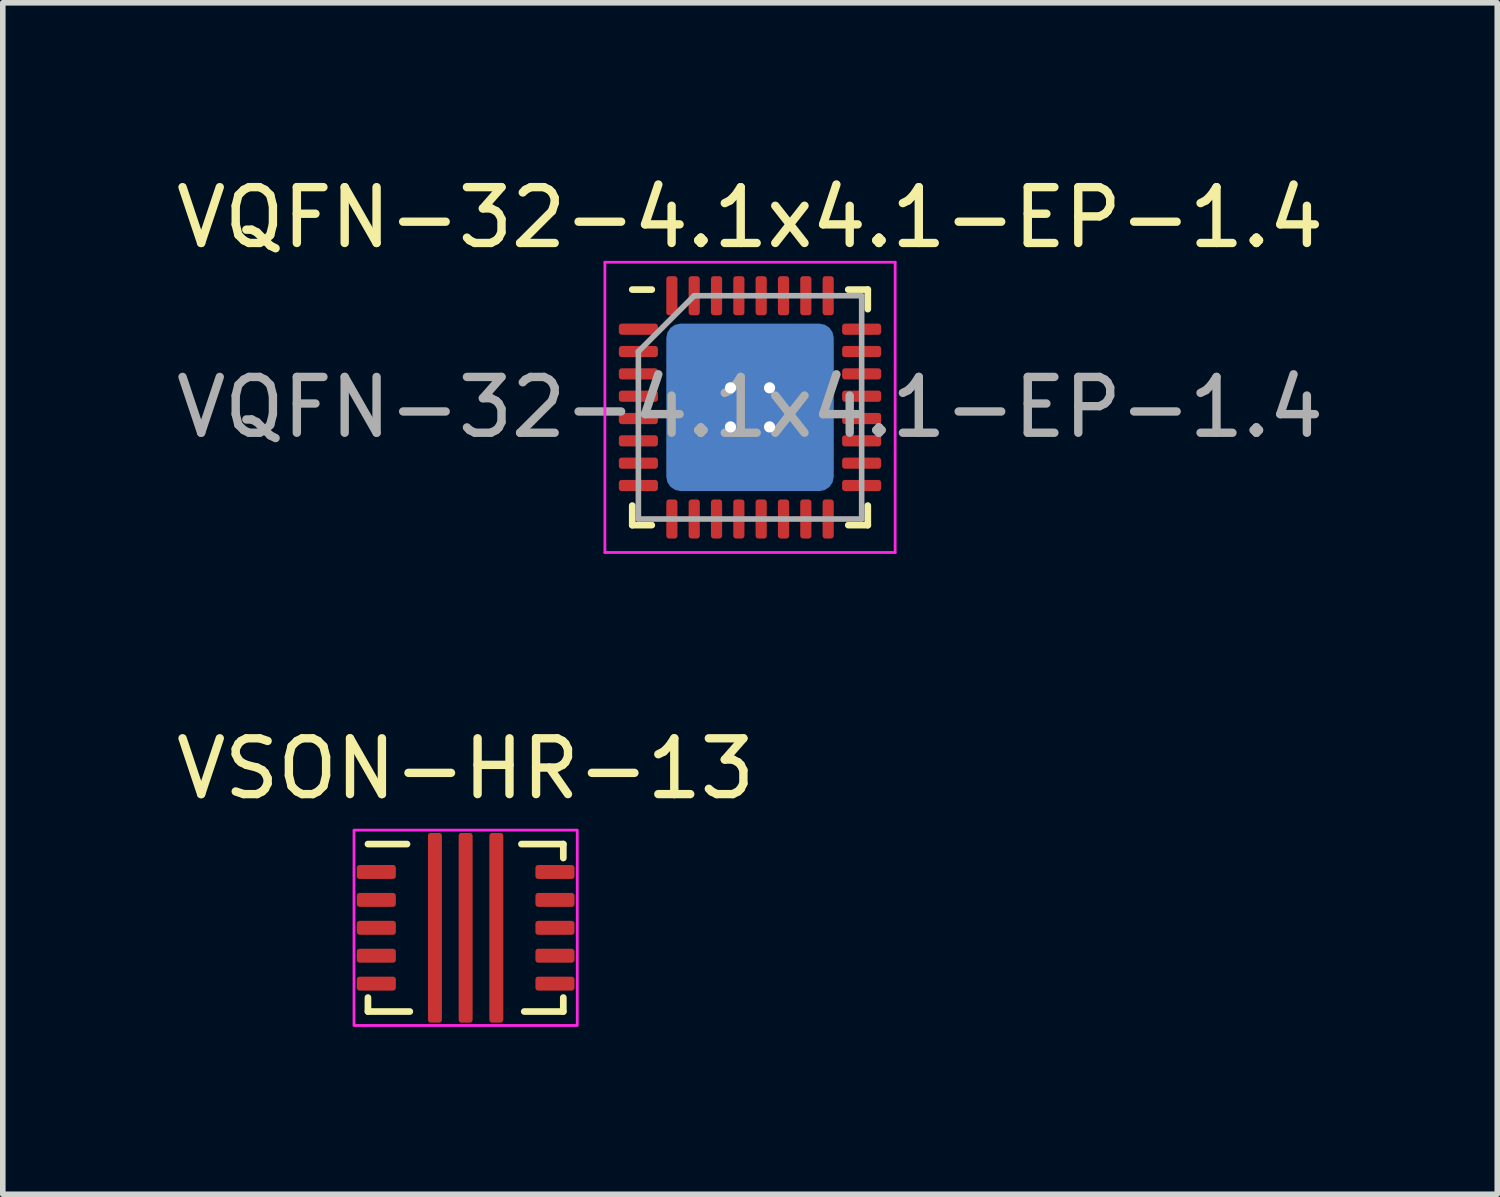
<source format=kicad_pcb>
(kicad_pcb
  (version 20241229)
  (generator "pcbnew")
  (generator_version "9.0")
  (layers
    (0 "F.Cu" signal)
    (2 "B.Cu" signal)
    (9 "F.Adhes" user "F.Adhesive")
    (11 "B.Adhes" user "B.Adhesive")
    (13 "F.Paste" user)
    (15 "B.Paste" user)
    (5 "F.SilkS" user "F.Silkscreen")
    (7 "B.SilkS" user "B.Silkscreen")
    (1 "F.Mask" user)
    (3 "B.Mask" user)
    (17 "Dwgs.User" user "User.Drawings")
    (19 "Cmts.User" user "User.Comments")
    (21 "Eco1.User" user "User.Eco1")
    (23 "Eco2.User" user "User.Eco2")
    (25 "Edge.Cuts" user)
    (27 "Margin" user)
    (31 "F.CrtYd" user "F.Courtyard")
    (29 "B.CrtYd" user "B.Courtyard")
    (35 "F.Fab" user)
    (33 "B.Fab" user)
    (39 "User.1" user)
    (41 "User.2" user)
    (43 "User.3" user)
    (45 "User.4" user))
  (footprint "VSON-HR-13"
    (layer "F.Cu")
    (at 5.292 13.572)
    (property "Reference" "VSON-HR-13" (at 0 -2.85 0) (unlocked yes) (layer "F.SilkS") (effects (font (size 1 1) (thickness 0.15))))
    (attr smd)
    (fp_line (start -1.75 1.5) (end -1.75 1.25) (stroke (width 0.12) (type solid)) (layer "F.SilkS"))
    (fp_line (start -1.75 1.5) (end -1 1.5) (stroke (width 0.12) (type solid)) (layer "F.SilkS"))
    (fp_line (start -1.05 -1.5) (end -1.75 -1.5) (stroke (width 0.12) (type solid)) (layer "F.SilkS"))
    (fp_line (start 1.05 1.5) (end 1.75 1.5) (stroke (width 0.12) (type solid)) (layer "F.SilkS"))
    (fp_line (start 1.75 -1.5) (end 1 -1.5) (stroke (width 0.12) (type solid)) (layer "F.SilkS"))
    (fp_line (start 1.75 -1.5) (end 1.75 -1.25) (stroke (width 0.12) (type solid)) (layer "F.SilkS"))
    (fp_line (start 1.75 1.5) (end 1.75 1.25) (stroke (width 0.12) (type solid)) (layer "F.SilkS"))
    (fp_rect (start -0.675 -1.7) (end -0.425 -0.7) (stroke (width 0) (type solid)) (fill yes) (layer "F.Paste"))
    (fp_rect (start -0.675 -0.5) (end -0.425 0.5) (stroke (width 0) (type solid)) (fill yes) (layer "F.Paste"))
    (fp_rect (start -0.429 1.7) (end -0.679 0.7) (stroke (width 0) (type solid)) (fill yes) (layer "F.Paste"))
    (fp_rect (start -0.125 -1.7) (end 0.125 -0.7) (stroke (width 0) (type solid)) (fill yes) (layer "F.Paste"))
    (fp_rect (start -0.125 -0.5) (end 0.125 0.5) (stroke (width 0) (type solid)) (fill yes) (layer "F.Paste"))
    (fp_rect (start 0.121 1.7) (end -0.129 0.7) (stroke (width 0) (type solid)) (fill yes) (layer "F.Paste"))
    (fp_rect (start 0.429 -1.7) (end 0.679 -0.7) (stroke (width 0) (type solid)) (fill yes) (layer "F.Paste"))
    (fp_rect (start 0.675 0.5) (end 0.425 -0.5) (stroke (width 0) (type solid)) (fill yes) (layer "F.Paste"))
    (fp_rect (start 0.675 1.7) (end 0.425 0.7) (stroke (width 0) (type solid)) (fill yes) (layer "F.Paste"))
    (fp_rect (start -2 -1.75) (end 2 1.75) (stroke (width 0.05) (type solid)) (fill no) (layer "F.CrtYd"))
    (pad "1" smd roundrect (at -1.6 -1) (size 0.7 0.25) (layers "F.Cu" "F.Mask" "F.Paste") (roundrect_rratio 0.2))
    (pad "2" smd roundrect (at -1.6 -0.5) (size 0.7 0.25) (layers "F.Cu" "F.Mask" "F.Paste") (roundrect_rratio 0.2))
    (pad "3" smd roundrect (at -1.6 0) (size 0.7 0.25) (layers "F.Cu" "F.Mask" "F.Paste") (roundrect_rratio 0.2))
    (pad "4" smd roundrect (at -1.6 0.5) (size 0.7 0.25) (layers "F.Cu" "F.Mask" "F.Paste") (roundrect_rratio 0.2))
    (pad "5" smd roundrect (at -1.6 1) (size 0.7 0.25) (layers "F.Cu" "F.Mask" "F.Paste") (roundrect_rratio 0.2))
    (pad "6" smd roundrect (at -0.55 0) (size 0.25 3.4) (layers "F.Cu" "F.Mask") (roundrect_rratio 0.2))
    (pad "7" smd roundrect (at 0 0) (size 0.25 3.4) (layers "F.Cu" "F.Mask") (roundrect_rratio 0.2))
    (pad "8" smd roundrect (at 0.55 0 180) (size 0.25 3.4) (layers "F.Cu" "F.Mask") (roundrect_rratio 0.2))
    (pad "9" smd roundrect (at 1.6 1 180) (size 0.7 0.25) (layers "F.Cu" "F.Mask" "F.Paste") (roundrect_rratio 0.2))
    (pad "10" smd roundrect (at 1.6 0.5 180) (size 0.7 0.25) (layers "F.Cu" "F.Mask" "F.Paste") (roundrect_rratio 0.2))
    (pad "11" smd roundrect (at 1.6 0 180) (size 0.7 0.25) (layers "F.Cu" "F.Mask" "F.Paste") (roundrect_rratio 0.2))
    (pad "12" smd roundrect (at 1.6 -0.5 180) (size 0.7 0.25) (layers "F.Cu" "F.Mask" "F.Paste") (roundrect_rratio 0.2))
    (pad "13" smd roundrect (at 1.6 -1 180) (size 0.7 0.25) (layers "F.Cu" "F.Mask" "F.Paste") (roundrect_rratio 0.2)))
  (footprint "VQFN-32-4.1x4.1-EP-1.4"
    (layer "F.Cu")
    (at 10.387 4.248)
    (property "Reference" "VQFN-32-4.1x4.1-EP-1.4" (at 0 -3.4 0) (layer "F.SilkS") (effects (font (size 1 1) (thickness 0.15))))
    (attr through_hole)
    (fp_line (start -2.11 2.11) (end -2.11 1.76) (stroke (width 0.12) (type solid)) (layer "F.SilkS"))
    (fp_line (start -1.76 -2.11) (end -2.11 -2.11) (stroke (width 0.12) (type solid)) (layer "F.SilkS"))
    (fp_line (start -1.76 2.11) (end -2.11 2.11) (stroke (width 0.12) (type solid)) (layer "F.SilkS"))
    (fp_line (start 1.76 -2.11) (end 2.11 -2.11) (stroke (width 0.12) (type solid)) (layer "F.SilkS"))
    (fp_line (start 1.76 2.11) (end 2.11 2.11) (stroke (width 0.12) (type solid)) (layer "F.SilkS"))
    (fp_line (start 2.11 -2.11) (end 2.11 -1.76) (stroke (width 0.12) (type solid)) (layer "F.SilkS"))
    (fp_line (start 2.11 2.11) (end 2.11 1.76) (stroke (width 0.12) (type solid)) (layer "F.SilkS"))
    (fp_line (start -2.6 -2.6) (end -2.6 2.6) (stroke (width 0.05) (type solid)) (layer "F.CrtYd"))
    (fp_line (start -2.6 2.6) (end 2.6 2.6) (stroke (width 0.05) (type solid)) (layer "F.CrtYd"))
    (fp_line (start 2.6 -2.6) (end -2.6 -2.6) (stroke (width 0.05) (type solid)) (layer "F.CrtYd"))
    (fp_line (start 2.6 2.6) (end 2.6 -2.6) (stroke (width 0.05) (type solid)) (layer "F.CrtYd"))
    (fp_line (start -2 -1) (end -1 -2) (stroke (width 0.1) (type solid)) (layer "F.Fab"))
    (fp_line (start -2 2) (end -2 -1) (stroke (width 0.1) (type solid)) (layer "F.Fab"))
    (fp_line (start -1 -2) (end 2 -2) (stroke (width 0.1) (type solid)) (layer "F.Fab"))
    (fp_line (start 2 -2) (end 2 2) (stroke (width 0.1) (type solid)) (layer "F.Fab"))
    (fp_line (start 2 2) (end -2 2) (stroke (width 0.1) (type solid)) (layer "F.Fab"))
    (fp_text user "${REFERENCE}" (at 0 0 0) (layer "F.Fab") (effects (font (size 1 1) (thickness 0.15))))
    (pad "" smd roundrect (at -0.35 -0.35) (size 0.6 0.6) (layers "F.Paste") (roundrect_rratio 0.198))
    (pad "" smd roundrect (at -0.35 0.35) (size 0.6 0.6) (layers "F.Paste") (roundrect_rratio 0.198))
    (pad "" smd roundrect (at 0.35 -0.35) (size 0.6 0.6) (layers "F.Paste") (roundrect_rratio 0.198))
    (pad "" smd roundrect (at 0.35 0.35) (size 0.6 0.6) (layers "F.Paste") (roundrect_rratio 0.198))
    (pad "1" smd roundrect (at -2 -1.4) (size 0.7 0.2) (layers "F.Cu" "F.Mask" "F.Paste") (roundrect_rratio 0.25))
    (pad "2" smd roundrect (at -2 -1) (size 0.7 0.2) (layers "F.Cu" "F.Mask" "F.Paste") (roundrect_rratio 0.25))
    (pad "3" smd roundrect (at -2 -0.6) (size 0.7 0.2) (layers "F.Cu" "F.Mask" "F.Paste") (roundrect_rratio 0.25))
    (pad "4" smd roundrect (at -2 -0.2) (size 0.7 0.2) (layers "F.Cu" "F.Mask" "F.Paste") (roundrect_rratio 0.25))
    (pad "5" smd roundrect (at -2 0.2) (size 0.7 0.2) (layers "F.Cu" "F.Mask" "F.Paste") (roundrect_rratio 0.25))
    (pad "6" smd roundrect (at -2 0.6) (size 0.7 0.2) (layers "F.Cu" "F.Mask" "F.Paste") (roundrect_rratio 0.25))
    (pad "7" smd roundrect (at -2 1) (size 0.7 0.2) (layers "F.Cu" "F.Mask" "F.Paste") (roundrect_rratio 0.25))
    (pad "8" smd roundrect (at -2 1.4) (size 0.7 0.2) (layers "F.Cu" "F.Mask" "F.Paste") (roundrect_rratio 0.25))
    (pad "9" smd roundrect (at -1.4 2) (size 0.2 0.7) (layers "F.Cu" "F.Mask" "F.Paste") (roundrect_rratio 0.25))
    (pad "10" smd roundrect (at -1 2) (size 0.2 0.7) (layers "F.Cu" "F.Mask" "F.Paste") (roundrect_rratio 0.25))
    (pad "11" smd roundrect (at -0.6 2) (size 0.2 0.7) (layers "F.Cu" "F.Mask" "F.Paste") (roundrect_rratio 0.25))
    (pad "12" smd roundrect (at -0.2 2) (size 0.2 0.7) (layers "F.Cu" "F.Mask" "F.Paste") (roundrect_rratio 0.25))
    (pad "13" smd roundrect (at 0.2 2) (size 0.2 0.7) (layers "F.Cu" "F.Mask" "F.Paste") (roundrect_rratio 0.25))
    (pad "14" smd roundrect (at 0.6 2) (size 0.2 0.7) (layers "F.Cu" "F.Mask" "F.Paste") (roundrect_rratio 0.25))
    (pad "15" smd roundrect (at 1 2) (size 0.2 0.7) (layers "F.Cu" "F.Mask" "F.Paste") (roundrect_rratio 0.25))
    (pad "16" smd roundrect (at 1.4 2) (size 0.2 0.7) (layers "F.Cu" "F.Mask" "F.Paste") (roundrect_rratio 0.25))
    (pad "17" smd roundrect (at 2 1.4) (size 0.7 0.2) (layers "F.Cu" "F.Mask" "F.Paste") (roundrect_rratio 0.25))
    (pad "18" smd roundrect (at 2 1) (size 0.7 0.2) (layers "F.Cu" "F.Mask" "F.Paste") (roundrect_rratio 0.25))
    (pad "19" smd roundrect (at 2 0.6) (size 0.7 0.2) (layers "F.Cu" "F.Mask" "F.Paste") (roundrect_rratio 0.25))
    (pad "20" smd roundrect (at 2 0.2) (size 0.7 0.2) (layers "F.Cu" "F.Mask" "F.Paste") (roundrect_rratio 0.25))
    (pad "21" smd roundrect (at 2 -0.2) (size 0.7 0.2) (layers "F.Cu" "F.Mask" "F.Paste") (roundrect_rratio 0.25))
    (pad "22" smd roundrect (at 2 -0.6) (size 0.7 0.2) (layers "F.Cu" "F.Mask" "F.Paste") (roundrect_rratio 0.25))
    (pad "23" smd roundrect (at 2 -1) (size 0.7 0.2) (layers "F.Cu" "F.Mask" "F.Paste") (roundrect_rratio 0.25))
    (pad "24" smd roundrect (at 2 -1.4) (size 0.7 0.2) (layers "F.Cu" "F.Mask" "F.Paste") (roundrect_rratio 0.25))
    (pad "25" smd roundrect (at 1.4 -2) (size 0.2 0.7) (layers "F.Cu" "F.Mask" "F.Paste") (roundrect_rratio 0.25))
    (pad "26" smd roundrect (at 1 -2) (size 0.2 0.7) (layers "F.Cu" "F.Mask" "F.Paste") (roundrect_rratio 0.25))
    (pad "27" smd roundrect (at 0.6 -2) (size 0.2 0.7) (layers "F.Cu" "F.Mask" "F.Paste") (roundrect_rratio 0.25))
    (pad "28" smd roundrect (at 0.2 -2) (size 0.2 0.7) (layers "F.Cu" "F.Mask" "F.Paste") (roundrect_rratio 0.25))
    (pad "29" smd roundrect (at -0.2 -2) (size 0.2 0.7) (layers "F.Cu" "F.Mask" "F.Paste") (roundrect_rratio 0.25))
    (pad "30" smd roundrect (at -0.6 -2) (size 0.2 0.7) (layers "F.Cu" "F.Mask" "F.Paste") (roundrect_rratio 0.25))
    (pad "31" smd roundrect (at -1 -2) (size 0.2 0.7) (layers "F.Cu" "F.Mask" "F.Paste") (roundrect_rratio 0.25))
    (pad "32" smd roundrect (at -1.4 -2) (size 0.2 0.7) (layers "F.Cu" "F.Mask" "F.Paste") (roundrect_rratio 0.25))
    (pad "33" thru_hole circle (at -0.35 -0.35) (size 0.5 0.5) (drill 0.2) (layers "*.Cu"))
    (pad "33" thru_hole circle (at -0.35 0.35) (size 0.5 0.5) (drill 0.2) (layers "*.Cu"))
    (pad "33" smd roundrect (at 0 0) (size 1.4 1.4) (layers "F.Cu" "F.Mask") (roundrect_rratio 0.086))
    (pad "33" smd roundrect (at 0 0) (size 3 3) (layers "B.Cu") (roundrect_rratio 0.086))
    (pad "33" thru_hole circle (at 0.35 -0.35) (size 0.5 0.5) (drill 0.2) (layers "*.Cu"))
    (pad "33" thru_hole circle (at 0.35 0.35) (size 0.5 0.5) (drill 0.2) (layers "*.Cu")))
  (gr_rect
    (start -3 -3)
    (end 23.774 18.346)
    (stroke (width 0.1) (type default))
    (fill no)
    (layer "Edge.Cuts")))
</source>
